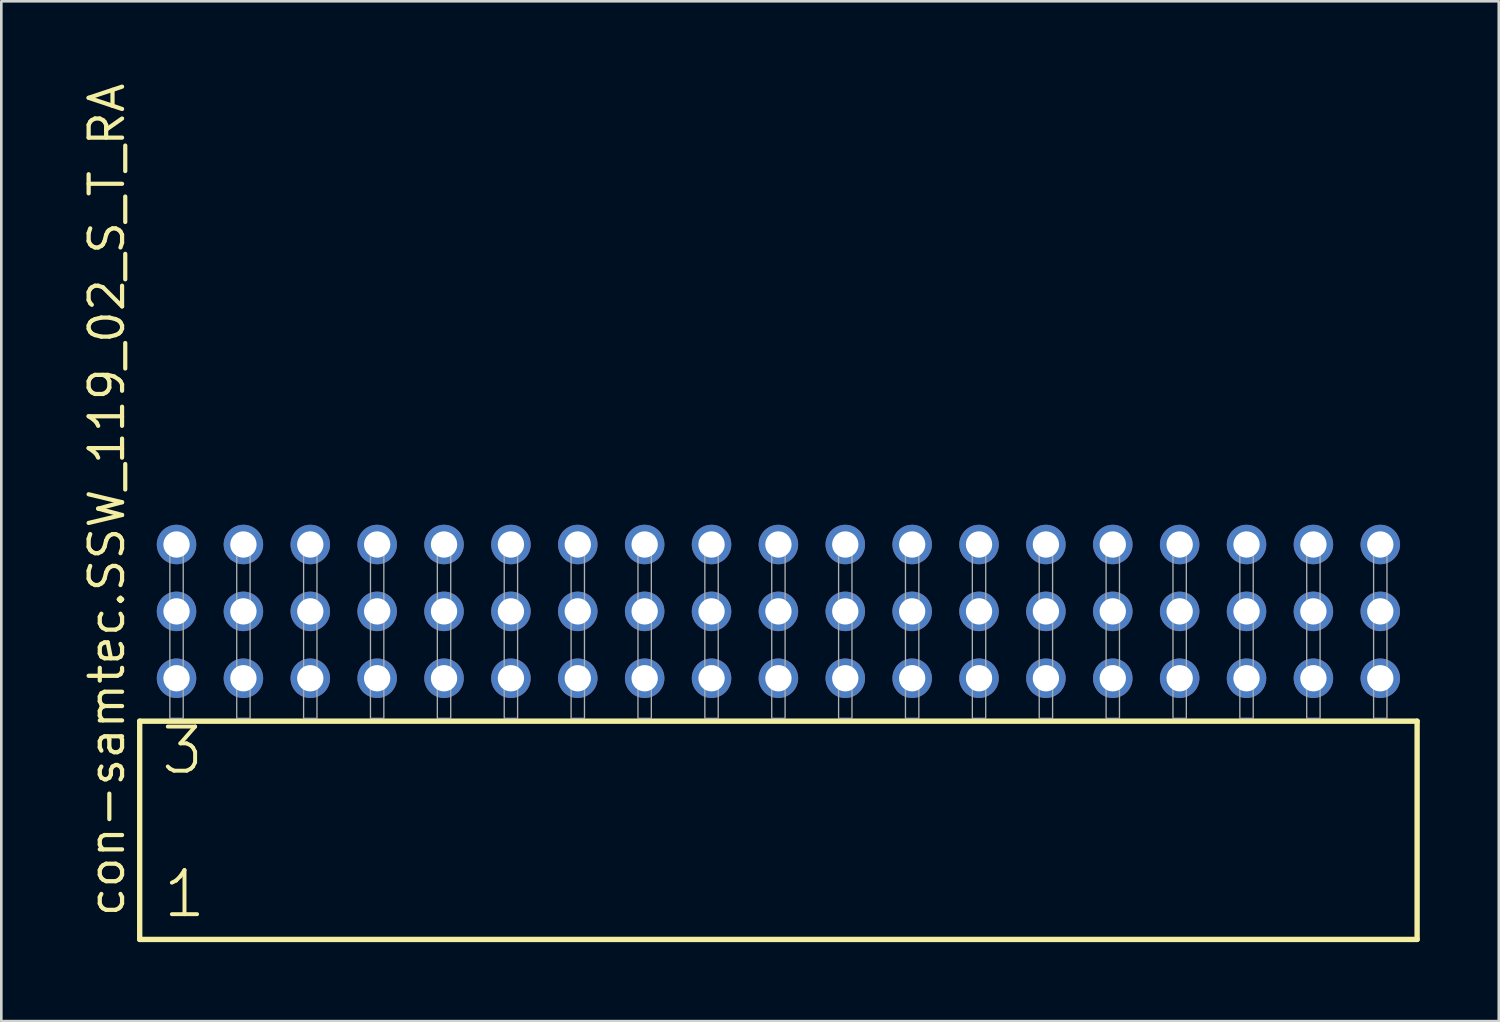
<source format=kicad_pcb>
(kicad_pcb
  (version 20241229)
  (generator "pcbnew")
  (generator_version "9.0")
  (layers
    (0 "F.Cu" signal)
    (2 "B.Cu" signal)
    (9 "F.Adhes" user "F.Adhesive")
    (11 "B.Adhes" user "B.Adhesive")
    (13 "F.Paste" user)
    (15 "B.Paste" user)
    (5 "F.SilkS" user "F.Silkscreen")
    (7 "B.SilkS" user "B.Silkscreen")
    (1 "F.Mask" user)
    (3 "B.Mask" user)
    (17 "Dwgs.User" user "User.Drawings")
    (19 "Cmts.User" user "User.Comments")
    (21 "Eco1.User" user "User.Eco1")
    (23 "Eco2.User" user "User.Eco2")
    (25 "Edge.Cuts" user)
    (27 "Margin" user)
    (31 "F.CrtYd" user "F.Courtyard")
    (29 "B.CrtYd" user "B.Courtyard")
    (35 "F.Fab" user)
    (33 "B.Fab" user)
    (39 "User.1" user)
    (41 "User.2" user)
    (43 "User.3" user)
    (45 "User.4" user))
  (footprint "con-samtec.SSW_119_02_S_T_RA"
    (layer "F.Cu")
    (at 26.515 24.235)
    (property "Reference" "con-samtec.SSW_119_02_S_T_RA" (at -24.765 7.62 90) (layer "F.SilkS") (effects (font (size 1.27 1.27) (thickness 0.16)) (justify left bottom)))
    (attr through_hole)
    (fp_line (start -24.259 0.106) (end -24.259 8.396) (stroke (width 0.203) (type default)) (layer "F.SilkS"))
    (fp_line (start -24.259 8.396) (end 24.259 8.396) (stroke (width 0.203) (type default)) (layer "F.SilkS"))
    (fp_line (start 24.259 0.106) (end -24.259 0.106) (stroke (width 0.203) (type default)) (layer "F.SilkS"))
    (fp_line (start 24.259 8.396) (end 24.259 0.106) (stroke (width 0.203) (type default)) (layer "F.SilkS"))
    (fp_rect (start -23.114 0) (end -22.606 -6.858) (stroke (width 0.05) (type default)) (fill no) (layer "F.Fab"))
    (fp_rect (start -20.574 0) (end -20.066 -6.858) (stroke (width 0.05) (type default)) (fill no) (layer "F.Fab"))
    (fp_rect (start -18.034 0) (end -17.526 -6.858) (stroke (width 0.05) (type default)) (fill no) (layer "F.Fab"))
    (fp_rect (start -15.494 0) (end -14.986 -6.858) (stroke (width 0.05) (type default)) (fill no) (layer "F.Fab"))
    (fp_rect (start -12.954 0) (end -12.446 -6.858) (stroke (width 0.05) (type default)) (fill no) (layer "F.Fab"))
    (fp_rect (start -10.414 0) (end -9.906 -6.858) (stroke (width 0.05) (type default)) (fill no) (layer "F.Fab"))
    (fp_rect (start -7.874 0) (end -7.366 -6.858) (stroke (width 0.05) (type default)) (fill no) (layer "F.Fab"))
    (fp_rect (start -5.334 0) (end -4.826 -6.858) (stroke (width 0.05) (type default)) (fill no) (layer "F.Fab"))
    (fp_rect (start -2.794 0) (end -2.286 -6.858) (stroke (width 0.05) (type default)) (fill no) (layer "F.Fab"))
    (fp_rect (start -0.254 0) (end 0.254 -6.858) (stroke (width 0.05) (type default)) (fill no) (layer "F.Fab"))
    (fp_rect (start 2.286 0) (end 2.794 -6.858) (stroke (width 0.05) (type default)) (fill no) (layer "F.Fab"))
    (fp_rect (start 4.826 0) (end 5.334 -6.858) (stroke (width 0.05) (type default)) (fill no) (layer "F.Fab"))
    (fp_rect (start 7.366 0) (end 7.874 -6.858) (stroke (width 0.05) (type default)) (fill no) (layer "F.Fab"))
    (fp_rect (start 9.906 0) (end 10.414 -6.858) (stroke (width 0.05) (type default)) (fill no) (layer "F.Fab"))
    (fp_rect (start 12.446 0) (end 12.954 -6.858) (stroke (width 0.05) (type default)) (fill no) (layer "F.Fab"))
    (fp_rect (start 14.986 0) (end 15.494 -6.858) (stroke (width 0.05) (type default)) (fill no) (layer "F.Fab"))
    (fp_rect (start 17.526 0) (end 18.034 -6.858) (stroke (width 0.05) (type default)) (fill no) (layer "F.Fab"))
    (fp_rect (start 20.066 0) (end 20.574 -6.858) (stroke (width 0.05) (type default)) (fill no) (layer "F.Fab"))
    (fp_rect (start 22.606 0) (end 23.114 -6.858) (stroke (width 0.05) (type default)) (fill no) (layer "F.Fab"))
    (fp_text user "1" (at -23.455 7.65 0) (layer "F.SilkS") (effects (font (size 1.676 1.676) (thickness 0.15)) (justify left bottom)))
    (fp_text user "3" (at -23.53 2.2 0) (layer "F.SilkS") (effects (font (size 1.676 1.676) (thickness 0.15)) (justify left bottom)))
    (pad "1" thru_hole circle (at -22.86 -1.524) (size 1.5 1.5) (drill 1) (layers "*.Cu" "*.Mask"))
    (pad "2" thru_hole circle (at -22.86 -4.064) (size 1.5 1.5) (drill 1) (layers "*.Cu" "*.Mask"))
    (pad "3" thru_hole circle (at -22.86 -6.604) (size 1.5 1.5) (drill 1) (layers "*.Cu" "*.Mask"))
    (pad "4" thru_hole circle (at -20.32 -1.524) (size 1.5 1.5) (drill 1) (layers "*.Cu" "*.Mask"))
    (pad "5" thru_hole circle (at -20.32 -4.064) (size 1.5 1.5) (drill 1) (layers "*.Cu" "*.Mask"))
    (pad "6" thru_hole circle (at -20.32 -6.604) (size 1.5 1.5) (drill 1) (layers "*.Cu" "*.Mask"))
    (pad "7" thru_hole circle (at -17.78 -1.524) (size 1.5 1.5) (drill 1) (layers "*.Cu" "*.Mask"))
    (pad "8" thru_hole circle (at -17.78 -4.064) (size 1.5 1.5) (drill 1) (layers "*.Cu" "*.Mask"))
    (pad "9" thru_hole circle (at -17.78 -6.604) (size 1.5 1.5) (drill 1) (layers "*.Cu" "*.Mask"))
    (pad "10" thru_hole circle (at -15.24 -1.524) (size 1.5 1.5) (drill 1) (layers "*.Cu" "*.Mask"))
    (pad "11" thru_hole circle (at -15.24 -4.064) (size 1.5 1.5) (drill 1) (layers "*.Cu" "*.Mask"))
    (pad "12" thru_hole circle (at -15.24 -6.604) (size 1.5 1.5) (drill 1) (layers "*.Cu" "*.Mask"))
    (pad "13" thru_hole circle (at -12.7 -1.524) (size 1.5 1.5) (drill 1) (layers "*.Cu" "*.Mask"))
    (pad "14" thru_hole circle (at -12.7 -4.064) (size 1.5 1.5) (drill 1) (layers "*.Cu" "*.Mask"))
    (pad "15" thru_hole circle (at -12.7 -6.604) (size 1.5 1.5) (drill 1) (layers "*.Cu" "*.Mask"))
    (pad "16" thru_hole circle (at -10.16 -1.524) (size 1.5 1.5) (drill 1) (layers "*.Cu" "*.Mask"))
    (pad "17" thru_hole circle (at -10.16 -4.064) (size 1.5 1.5) (drill 1) (layers "*.Cu" "*.Mask"))
    (pad "18" thru_hole circle (at -10.16 -6.604) (size 1.5 1.5) (drill 1) (layers "*.Cu" "*.Mask"))
    (pad "19" thru_hole circle (at -7.62 -1.524) (size 1.5 1.5) (drill 1) (layers "*.Cu" "*.Mask"))
    (pad "20" thru_hole circle (at -7.62 -4.064) (size 1.5 1.5) (drill 1) (layers "*.Cu" "*.Mask"))
    (pad "21" thru_hole circle (at -7.62 -6.604) (size 1.5 1.5) (drill 1) (layers "*.Cu" "*.Mask"))
    (pad "22" thru_hole circle (at -5.08 -1.524) (size 1.5 1.5) (drill 1) (layers "*.Cu" "*.Mask"))
    (pad "23" thru_hole circle (at -5.08 -4.064) (size 1.5 1.5) (drill 1) (layers "*.Cu" "*.Mask"))
    (pad "24" thru_hole circle (at -5.08 -6.604) (size 1.5 1.5) (drill 1) (layers "*.Cu" "*.Mask"))
    (pad "25" thru_hole circle (at -2.54 -1.524) (size 1.5 1.5) (drill 1) (layers "*.Cu" "*.Mask"))
    (pad "26" thru_hole circle (at -2.54 -4.064) (size 1.5 1.5) (drill 1) (layers "*.Cu" "*.Mask"))
    (pad "27" thru_hole circle (at -2.54 -6.604) (size 1.5 1.5) (drill 1) (layers "*.Cu" "*.Mask"))
    (pad "28" thru_hole circle (at 0 -1.524) (size 1.5 1.5) (drill 1) (layers "*.Cu" "*.Mask"))
    (pad "29" thru_hole circle (at 0 -4.064) (size 1.5 1.5) (drill 1) (layers "*.Cu" "*.Mask"))
    (pad "30" thru_hole circle (at 0 -6.604) (size 1.5 1.5) (drill 1) (layers "*.Cu" "*.Mask"))
    (pad "31" thru_hole circle (at 2.54 -1.524) (size 1.5 1.5) (drill 1) (layers "*.Cu" "*.Mask"))
    (pad "32" thru_hole circle (at 2.54 -4.064) (size 1.5 1.5) (drill 1) (layers "*.Cu" "*.Mask"))
    (pad "33" thru_hole circle (at 2.54 -6.604) (size 1.5 1.5) (drill 1) (layers "*.Cu" "*.Mask"))
    (pad "34" thru_hole circle (at 5.08 -1.524) (size 1.5 1.5) (drill 1) (layers "*.Cu" "*.Mask"))
    (pad "35" thru_hole circle (at 5.08 -4.064) (size 1.5 1.5) (drill 1) (layers "*.Cu" "*.Mask"))
    (pad "36" thru_hole circle (at 5.08 -6.604) (size 1.5 1.5) (drill 1) (layers "*.Cu" "*.Mask"))
    (pad "37" thru_hole circle (at 7.62 -1.524) (size 1.5 1.5) (drill 1) (layers "*.Cu" "*.Mask"))
    (pad "38" thru_hole circle (at 7.62 -4.064) (size 1.5 1.5) (drill 1) (layers "*.Cu" "*.Mask"))
    (pad "39" thru_hole circle (at 7.62 -6.604) (size 1.5 1.5) (drill 1) (layers "*.Cu" "*.Mask"))
    (pad "40" thru_hole circle (at 10.16 -1.524) (size 1.5 1.5) (drill 1) (layers "*.Cu" "*.Mask"))
    (pad "41" thru_hole circle (at 10.16 -4.064) (size 1.5 1.5) (drill 1) (layers "*.Cu" "*.Mask"))
    (pad "42" thru_hole circle (at 10.16 -6.604) (size 1.5 1.5) (drill 1) (layers "*.Cu" "*.Mask"))
    (pad "43" thru_hole circle (at 12.7 -1.524) (size 1.5 1.5) (drill 1) (layers "*.Cu" "*.Mask"))
    (pad "44" thru_hole circle (at 12.7 -4.064) (size 1.5 1.5) (drill 1) (layers "*.Cu" "*.Mask"))
    (pad "45" thru_hole circle (at 12.7 -6.604) (size 1.5 1.5) (drill 1) (layers "*.Cu" "*.Mask"))
    (pad "46" thru_hole circle (at 15.24 -1.524) (size 1.5 1.5) (drill 1) (layers "*.Cu" "*.Mask"))
    (pad "47" thru_hole circle (at 15.24 -4.064) (size 1.5 1.5) (drill 1) (layers "*.Cu" "*.Mask"))
    (pad "48" thru_hole circle (at 15.24 -6.604) (size 1.5 1.5) (drill 1) (layers "*.Cu" "*.Mask"))
    (pad "49" thru_hole circle (at 17.78 -1.524) (size 1.5 1.5) (drill 1) (layers "*.Cu" "*.Mask"))
    (pad "50" thru_hole circle (at 17.78 -4.064) (size 1.5 1.5) (drill 1) (layers "*.Cu" "*.Mask"))
    (pad "51" thru_hole circle (at 17.78 -6.604) (size 1.5 1.5) (drill 1) (layers "*.Cu" "*.Mask"))
    (pad "52" thru_hole circle (at 20.32 -1.524) (size 1.5 1.5) (drill 1) (layers "*.Cu" "*.Mask"))
    (pad "53" thru_hole circle (at 20.32 -4.064) (size 1.5 1.5) (drill 1) (layers "*.Cu" "*.Mask"))
    (pad "54" thru_hole circle (at 20.32 -6.604) (size 1.5 1.5) (drill 1) (layers "*.Cu" "*.Mask"))
    (pad "55" thru_hole circle (at 22.86 -1.524) (size 1.5 1.5) (drill 1) (layers "*.Cu" "*.Mask"))
    (pad "56" thru_hole circle (at 22.86 -4.064) (size 1.5 1.5) (drill 1) (layers "*.Cu" "*.Mask"))
    (pad "57" thru_hole circle (at 22.86 -6.604) (size 1.5 1.5) (drill 1) (layers "*.Cu" "*.Mask")))
  (gr_rect
    (start -3 -3)
    (end 53.876 35.733)
    (stroke (width 0.1) (type default))
    (fill no)
    (layer "Edge.Cuts")))
</source>
